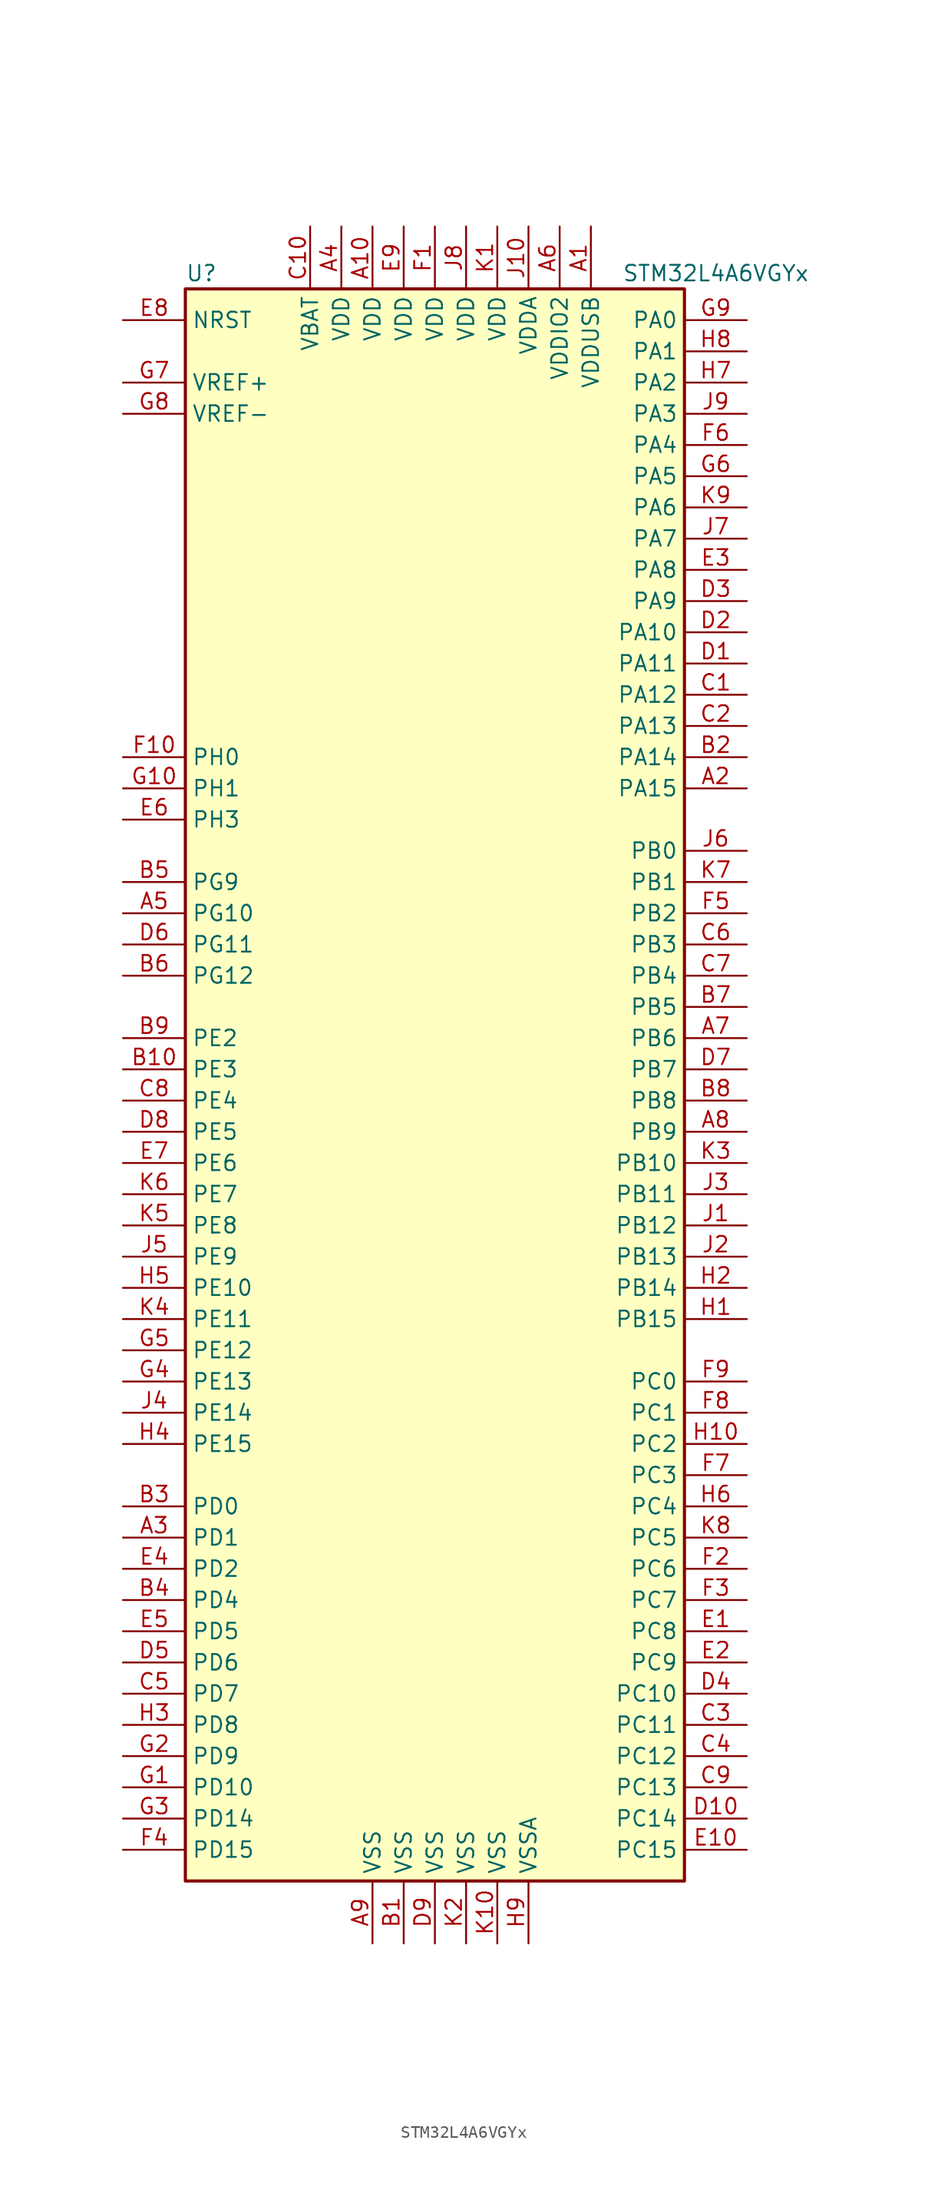
<source format=kicad_sym>
(kicad_symbol_lib
  (version 20201005)
  (generator kicad_symbol_editor)
  (symbol "STM32L4A6VGYx"
    (property "Reference" "U"
      (at -20.32 64.77 0)
      (effects (font (size 1.27 1.27)) (justify left)))
    (property "Value" "STM32L4A6VGYx"
      (at 15.24 64.77 0)
      (effects (font (size 1.27 1.27)) (justify left)))
    (symbol "STM32L4A6VGYx_0_1"
      (rectangle (start -20.32 -66.04) (end 20.32 63.5) (stroke (width 0.254)) (fill (type background))))
    (symbol "STM32L4A6VGYx_1_1"
      (pin input line (at -25.4 60.96 0) (length 5.08) (name "NRST" (effects (font (size 1.27 1.27)))) (number "E8" (effects (font (size 1.27 1.27)))))
      (pin bidirectional line (at 25.4 60.96 180) (length 5.08) (name "PA0" (effects (font (size 1.27 1.27)))) (number "G9" (effects (font (size 1.27 1.27)))))
      (pin bidirectional line (at 25.4 58.42 180) (length 5.08) (name "PA1" (effects (font (size 1.27 1.27)))) (number "H8" (effects (font (size 1.27 1.27)))))
      (pin bidirectional line (at 25.4 35.56 180) (length 5.08) (name "PA10" (effects (font (size 1.27 1.27)))) (number "D2" (effects (font (size 1.27 1.27)))))
      (pin bidirectional line (at 25.4 33.02 180) (length 5.08) (name "PA11" (effects (font (size 1.27 1.27)))) (number "D1" (effects (font (size 1.27 1.27)))))
      (pin bidirectional line (at 25.4 30.48 180) (length 5.08) (name "PA12" (effects (font (size 1.27 1.27)))) (number "C1" (effects (font (size 1.27 1.27)))))
      (pin bidirectional line (at 25.4 27.94 180) (length 5.08) (name "PA13" (effects (font (size 1.27 1.27)))) (number "C2" (effects (font (size 1.27 1.27)))))
      (pin bidirectional line (at 25.4 25.4 180) (length 5.08) (name "PA14" (effects (font (size 1.27 1.27)))) (number "B2" (effects (font (size 1.27 1.27)))))
      (pin bidirectional line (at 25.4 22.86 180) (length 5.08) (name "PA15" (effects (font (size 1.27 1.27)))) (number "A2" (effects (font (size 1.27 1.27)))))
      (pin bidirectional line (at 25.4 55.88 180) (length 5.08) (name "PA2" (effects (font (size 1.27 1.27)))) (number "H7" (effects (font (size 1.27 1.27)))))
      (pin bidirectional line (at 25.4 53.34 180) (length 5.08) (name "PA3" (effects (font (size 1.27 1.27)))) (number "J9" (effects (font (size 1.27 1.27)))))
      (pin bidirectional line (at 25.4 50.8 180) (length 5.08) (name "PA4" (effects (font (size 1.27 1.27)))) (number "F6" (effects (font (size 1.27 1.27)))))
      (pin bidirectional line (at 25.4 48.26 180) (length 5.08) (name "PA5" (effects (font (size 1.27 1.27)))) (number "G6" (effects (font (size 1.27 1.27)))))
      (pin bidirectional line (at 25.4 45.72 180) (length 5.08) (name "PA6" (effects (font (size 1.27 1.27)))) (number "K9" (effects (font (size 1.27 1.27)))))
      (pin bidirectional line (at 25.4 43.18 180) (length 5.08) (name "PA7" (effects (font (size 1.27 1.27)))) (number "J7" (effects (font (size 1.27 1.27)))))
      (pin bidirectional line (at 25.4 40.64 180) (length 5.08) (name "PA8" (effects (font (size 1.27 1.27)))) (number "E3" (effects (font (size 1.27 1.27)))))
      (pin bidirectional line (at 25.4 38.1 180) (length 5.08) (name "PA9" (effects (font (size 1.27 1.27)))) (number "D3" (effects (font (size 1.27 1.27)))))
      (pin bidirectional line (at 25.4 17.78 180) (length 5.08) (name "PB0" (effects (font (size 1.27 1.27)))) (number "J6" (effects (font (size 1.27 1.27)))))
      (pin bidirectional line (at 25.4 15.24 180) (length 5.08) (name "PB1" (effects (font (size 1.27 1.27)))) (number "K7" (effects (font (size 1.27 1.27)))))
      (pin bidirectional line (at 25.4 -7.62 180) (length 5.08) (name "PB10" (effects (font (size 1.27 1.27)))) (number "K3" (effects (font (size 1.27 1.27)))))
      (pin bidirectional line (at 25.4 -10.16 180) (length 5.08) (name "PB11" (effects (font (size 1.27 1.27)))) (number "J3" (effects (font (size 1.27 1.27)))))
      (pin bidirectional line (at 25.4 -12.7 180) (length 5.08) (name "PB12" (effects (font (size 1.27 1.27)))) (number "J1" (effects (font (size 1.27 1.27)))))
      (pin bidirectional line (at 25.4 -15.24 180) (length 5.08) (name "PB13" (effects (font (size 1.27 1.27)))) (number "J2" (effects (font (size 1.27 1.27)))))
      (pin bidirectional line (at 25.4 -17.78 180) (length 5.08) (name "PB14" (effects (font (size 1.27 1.27)))) (number "H2" (effects (font (size 1.27 1.27)))))
      (pin bidirectional line (at 25.4 -20.32 180) (length 5.08) (name "PB15" (effects (font (size 1.27 1.27)))) (number "H1" (effects (font (size 1.27 1.27)))))
      (pin bidirectional line (at 25.4 12.7 180) (length 5.08) (name "PB2" (effects (font (size 1.27 1.27)))) (number "F5" (effects (font (size 1.27 1.27)))))
      (pin bidirectional line (at 25.4 10.16 180) (length 5.08) (name "PB3" (effects (font (size 1.27 1.27)))) (number "C6" (effects (font (size 1.27 1.27)))))
      (pin bidirectional line (at 25.4 7.62 180) (length 5.08) (name "PB4" (effects (font (size 1.27 1.27)))) (number "C7" (effects (font (size 1.27 1.27)))))
      (pin bidirectional line (at 25.4 5.08 180) (length 5.08) (name "PB5" (effects (font (size 1.27 1.27)))) (number "B7" (effects (font (size 1.27 1.27)))))
      (pin bidirectional line (at 25.4 2.54 180) (length 5.08) (name "PB6" (effects (font (size 1.27 1.27)))) (number "A7" (effects (font (size 1.27 1.27)))))
      (pin bidirectional line (at 25.4 0 180) (length 5.08) (name "PB7" (effects (font (size 1.27 1.27)))) (number "D7" (effects (font (size 1.27 1.27)))))
      (pin bidirectional line (at 25.4 -2.54 180) (length 5.08) (name "PB8" (effects (font (size 1.27 1.27)))) (number "B8" (effects (font (size 1.27 1.27)))))
      (pin bidirectional line (at 25.4 -5.08 180) (length 5.08) (name "PB9" (effects (font (size 1.27 1.27)))) (number "A8" (effects (font (size 1.27 1.27)))))
      (pin bidirectional line (at 25.4 -25.4 180) (length 5.08) (name "PC0" (effects (font (size 1.27 1.27)))) (number "F9" (effects (font (size 1.27 1.27)))))
      (pin bidirectional line (at 25.4 -27.94 180) (length 5.08) (name "PC1" (effects (font (size 1.27 1.27)))) (number "F8" (effects (font (size 1.27 1.27)))))
      (pin bidirectional line (at 25.4 -50.8 180) (length 5.08) (name "PC10" (effects (font (size 1.27 1.27)))) (number "D4" (effects (font (size 1.27 1.27)))))
      (pin bidirectional line (at 25.4 -53.34 180) (length 5.08) (name "PC11" (effects (font (size 1.27 1.27)))) (number "C3" (effects (font (size 1.27 1.27)))))
      (pin bidirectional line (at 25.4 -55.88 180) (length 5.08) (name "PC12" (effects (font (size 1.27 1.27)))) (number "C4" (effects (font (size 1.27 1.27)))))
      (pin bidirectional line (at 25.4 -58.42 180) (length 5.08) (name "PC13" (effects (font (size 1.27 1.27)))) (number "C9" (effects (font (size 1.27 1.27)))))
      (pin bidirectional line (at 25.4 -60.96 180) (length 5.08) (name "PC14" (effects (font (size 1.27 1.27)))) (number "D10" (effects (font (size 1.27 1.27)))))
      (pin bidirectional line (at 25.4 -63.5 180) (length 5.08) (name "PC15" (effects (font (size 1.27 1.27)))) (number "E10" (effects (font (size 1.27 1.27)))))
      (pin bidirectional line (at 25.4 -30.48 180) (length 5.08) (name "PC2" (effects (font (size 1.27 1.27)))) (number "H10" (effects (font (size 1.27 1.27)))))
      (pin bidirectional line (at 25.4 -33.02 180) (length 5.08) (name "PC3" (effects (font (size 1.27 1.27)))) (number "F7" (effects (font (size 1.27 1.27)))))
      (pin bidirectional line (at 25.4 -35.56 180) (length 5.08) (name "PC4" (effects (font (size 1.27 1.27)))) (number "H6" (effects (font (size 1.27 1.27)))))
      (pin bidirectional line (at 25.4 -38.1 180) (length 5.08) (name "PC5" (effects (font (size 1.27 1.27)))) (number "K8" (effects (font (size 1.27 1.27)))))
      (pin bidirectional line (at 25.4 -40.64 180) (length 5.08) (name "PC6" (effects (font (size 1.27 1.27)))) (number "F2" (effects (font (size 1.27 1.27)))))
      (pin bidirectional line (at 25.4 -43.18 180) (length 5.08) (name "PC7" (effects (font (size 1.27 1.27)))) (number "F3" (effects (font (size 1.27 1.27)))))
      (pin bidirectional line (at 25.4 -45.72 180) (length 5.08) (name "PC8" (effects (font (size 1.27 1.27)))) (number "E1" (effects (font (size 1.27 1.27)))))
      (pin bidirectional line (at 25.4 -48.26 180) (length 5.08) (name "PC9" (effects (font (size 1.27 1.27)))) (number "E2" (effects (font (size 1.27 1.27)))))
      (pin bidirectional line (at -25.4 -35.56 0) (length 5.08) (name "PD0" (effects (font (size 1.27 1.27)))) (number "B3" (effects (font (size 1.27 1.27)))))
      (pin bidirectional line (at -25.4 -38.1 0) (length 5.08) (name "PD1" (effects (font (size 1.27 1.27)))) (number "A3" (effects (font (size 1.27 1.27)))))
      (pin bidirectional line (at -25.4 -58.42 0) (length 5.08) (name "PD10" (effects (font (size 1.27 1.27)))) (number "G1" (effects (font (size 1.27 1.27)))))
      (pin bidirectional line (at -25.4 -60.96 0) (length 5.08) (name "PD14" (effects (font (size 1.27 1.27)))) (number "G3" (effects (font (size 1.27 1.27)))))
      (pin bidirectional line (at -25.4 -63.5 0) (length 5.08) (name "PD15" (effects (font (size 1.27 1.27)))) (number "F4" (effects (font (size 1.27 1.27)))))
      (pin bidirectional line (at -25.4 -40.64 0) (length 5.08) (name "PD2" (effects (font (size 1.27 1.27)))) (number "E4" (effects (font (size 1.27 1.27)))))
      (pin bidirectional line (at -25.4 -43.18 0) (length 5.08) (name "PD4" (effects (font (size 1.27 1.27)))) (number "B4" (effects (font (size 1.27 1.27)))))
      (pin bidirectional line (at -25.4 -45.72 0) (length 5.08) (name "PD5" (effects (font (size 1.27 1.27)))) (number "E5" (effects (font (size 1.27 1.27)))))
      (pin bidirectional line (at -25.4 -48.26 0) (length 5.08) (name "PD6" (effects (font (size 1.27 1.27)))) (number "D5" (effects (font (size 1.27 1.27)))))
      (pin bidirectional line (at -25.4 -50.8 0) (length 5.08) (name "PD7" (effects (font (size 1.27 1.27)))) (number "C5" (effects (font (size 1.27 1.27)))))
      (pin bidirectional line (at -25.4 -53.34 0) (length 5.08) (name "PD8" (effects (font (size 1.27 1.27)))) (number "H3" (effects (font (size 1.27 1.27)))))
      (pin bidirectional line (at -25.4 -55.88 0) (length 5.08) (name "PD9" (effects (font (size 1.27 1.27)))) (number "G2" (effects (font (size 1.27 1.27)))))
      (pin bidirectional line (at -25.4 -17.78 0) (length 5.08) (name "PE10" (effects (font (size 1.27 1.27)))) (number "H5" (effects (font (size 1.27 1.27)))))
      (pin bidirectional line (at -25.4 -20.32 0) (length 5.08) (name "PE11" (effects (font (size 1.27 1.27)))) (number "K4" (effects (font (size 1.27 1.27)))))
      (pin bidirectional line (at -25.4 -22.86 0) (length 5.08) (name "PE12" (effects (font (size 1.27 1.27)))) (number "G5" (effects (font (size 1.27 1.27)))))
      (pin bidirectional line (at -25.4 -25.4 0) (length 5.08) (name "PE13" (effects (font (size 1.27 1.27)))) (number "G4" (effects (font (size 1.27 1.27)))))
      (pin bidirectional line (at -25.4 -27.94 0) (length 5.08) (name "PE14" (effects (font (size 1.27 1.27)))) (number "J4" (effects (font (size 1.27 1.27)))))
      (pin bidirectional line (at -25.4 -30.48 0) (length 5.08) (name "PE15" (effects (font (size 1.27 1.27)))) (number "H4" (effects (font (size 1.27 1.27)))))
      (pin bidirectional line (at -25.4 2.54 0) (length 5.08) (name "PE2" (effects (font (size 1.27 1.27)))) (number "B9" (effects (font (size 1.27 1.27)))))
      (pin bidirectional line (at -25.4 0 0) (length 5.08) (name "PE3" (effects (font (size 1.27 1.27)))) (number "B10" (effects (font (size 1.27 1.27)))))
      (pin bidirectional line (at -25.4 -2.54 0) (length 5.08) (name "PE4" (effects (font (size 1.27 1.27)))) (number "C8" (effects (font (size 1.27 1.27)))))
      (pin bidirectional line (at -25.4 -5.08 0) (length 5.08) (name "PE5" (effects (font (size 1.27 1.27)))) (number "D8" (effects (font (size 1.27 1.27)))))
      (pin bidirectional line (at -25.4 -7.62 0) (length 5.08) (name "PE6" (effects (font (size 1.27 1.27)))) (number "E7" (effects (font (size 1.27 1.27)))))
      (pin bidirectional line (at -25.4 -10.16 0) (length 5.08) (name "PE7" (effects (font (size 1.27 1.27)))) (number "K6" (effects (font (size 1.27 1.27)))))
      (pin bidirectional line (at -25.4 -12.7 0) (length 5.08) (name "PE8" (effects (font (size 1.27 1.27)))) (number "K5" (effects (font (size 1.27 1.27)))))
      (pin bidirectional line (at -25.4 -15.24 0) (length 5.08) (name "PE9" (effects (font (size 1.27 1.27)))) (number "J5" (effects (font (size 1.27 1.27)))))
      (pin bidirectional line (at -25.4 12.7 0) (length 5.08) (name "PG10" (effects (font (size 1.27 1.27)))) (number "A5" (effects (font (size 1.27 1.27)))))
      (pin bidirectional line (at -25.4 10.16 0) (length 5.08) (name "PG11" (effects (font (size 1.27 1.27)))) (number "D6" (effects (font (size 1.27 1.27)))))
      (pin bidirectional line (at -25.4 7.62 0) (length 5.08) (name "PG12" (effects (font (size 1.27 1.27)))) (number "B6" (effects (font (size 1.27 1.27)))))
      (pin bidirectional line (at -25.4 15.24 0) (length 5.08) (name "PG9" (effects (font (size 1.27 1.27)))) (number "B5" (effects (font (size 1.27 1.27)))))
      (pin input line (at -25.4 25.4 0) (length 5.08) (name "PH0" (effects (font (size 1.27 1.27)))) (number "F10" (effects (font (size 1.27 1.27)))))
      (pin input line (at -25.4 22.86 0) (length 5.08) (name "PH1" (effects (font (size 1.27 1.27)))) (number "G10" (effects (font (size 1.27 1.27)))))
      (pin bidirectional line (at -25.4 20.32 0) (length 5.08) (name "PH3" (effects (font (size 1.27 1.27)))) (number "E6" (effects (font (size 1.27 1.27)))))
      (pin power_in line (at -10.16 68.58 270) (length 5.08) (name "VBAT" (effects (font (size 1.27 1.27)))) (number "C10" (effects (font (size 1.27 1.27)))))
      (pin power_in line (at -5.08 68.58 270) (length 5.08) (name "VDD" (effects (font (size 1.27 1.27)))) (number "A10" (effects (font (size 1.27 1.27)))))
      (pin power_in line (at -7.62 68.58 270) (length 5.08) (name "VDD" (effects (font (size 1.27 1.27)))) (number "A4" (effects (font (size 1.27 1.27)))))
      (pin power_in line (at -2.54 68.58 270) (length 5.08) (name "VDD" (effects (font (size 1.27 1.27)))) (number "E9" (effects (font (size 1.27 1.27)))))
      (pin power_in line (at 0 68.58 270) (length 5.08) (name "VDD" (effects (font (size 1.27 1.27)))) (number "F1" (effects (font (size 1.27 1.27)))))
      (pin power_in line (at 2.54 68.58 270) (length 5.08) (name "VDD" (effects (font (size 1.27 1.27)))) (number "J8" (effects (font (size 1.27 1.27)))))
      (pin power_in line (at 5.08 68.58 270) (length 5.08) (name "VDD" (effects (font (size 1.27 1.27)))) (number "K1" (effects (font (size 1.27 1.27)))))
      (pin power_in line (at 7.62 68.58 270) (length 5.08) (name "VDDA" (effects (font (size 1.27 1.27)))) (number "J10" (effects (font (size 1.27 1.27)))))
      (pin power_in line (at 10.16 68.58 270) (length 5.08) (name "VDDIO2" (effects (font (size 1.27 1.27)))) (number "A6" (effects (font (size 1.27 1.27)))))
      (pin power_in line (at 12.7 68.58 270) (length 5.08) (name "VDDUSB" (effects (font (size 1.27 1.27)))) (number "A1" (effects (font (size 1.27 1.27)))))
      (pin bidirectional line (at -25.4 55.88 0) (length 5.08) (name "VREF+" (effects (font (size 1.27 1.27)))) (number "G7" (effects (font (size 1.27 1.27)))))
      (pin power_in line (at -25.4 53.34 0) (length 5.08) (name "VREF-" (effects (font (size 1.27 1.27)))) (number "G8" (effects (font (size 1.27 1.27)))))
      (pin power_in line (at -5.08 -71.12 90) (length 5.08) (name "VSS" (effects (font (size 1.27 1.27)))) (number "A9" (effects (font (size 1.27 1.27)))))
      (pin power_in line (at -2.54 -71.12 90) (length 5.08) (name "VSS" (effects (font (size 1.27 1.27)))) (number "B1" (effects (font (size 1.27 1.27)))))
      (pin power_in line (at 0 -71.12 90) (length 5.08) (name "VSS" (effects (font (size 1.27 1.27)))) (number "D9" (effects (font (size 1.27 1.27)))))
      (pin power_in line (at 5.08 -71.12 90) (length 5.08) (name "VSS" (effects (font (size 1.27 1.27)))) (number "K10" (effects (font (size 1.27 1.27)))))
      (pin power_in line (at 2.54 -71.12 90) (length 5.08) (name "VSS" (effects (font (size 1.27 1.27)))) (number "K2" (effects (font (size 1.27 1.27)))))
      (pin power_in line (at 7.62 -71.12 90) (length 5.08) (name "VSSA" (effects (font (size 1.27 1.27)))) (number "H9" (effects (font (size 1.27 1.27))))))))
</source>
